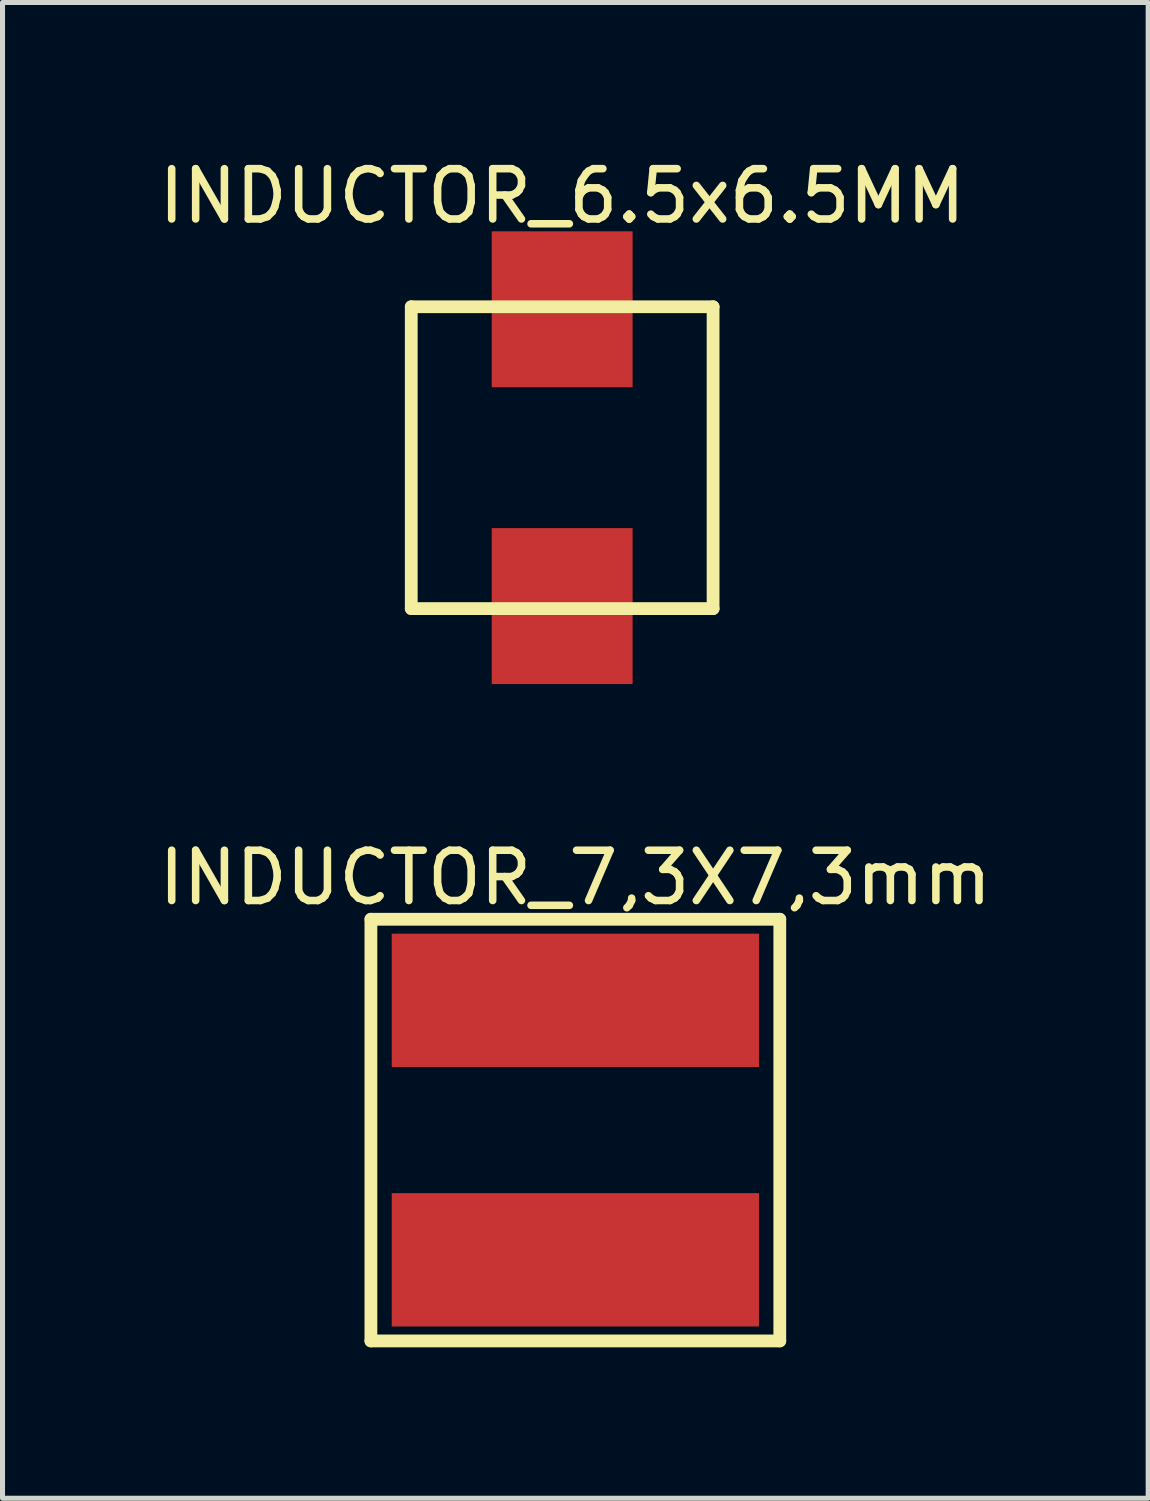
<source format=kicad_pcb>
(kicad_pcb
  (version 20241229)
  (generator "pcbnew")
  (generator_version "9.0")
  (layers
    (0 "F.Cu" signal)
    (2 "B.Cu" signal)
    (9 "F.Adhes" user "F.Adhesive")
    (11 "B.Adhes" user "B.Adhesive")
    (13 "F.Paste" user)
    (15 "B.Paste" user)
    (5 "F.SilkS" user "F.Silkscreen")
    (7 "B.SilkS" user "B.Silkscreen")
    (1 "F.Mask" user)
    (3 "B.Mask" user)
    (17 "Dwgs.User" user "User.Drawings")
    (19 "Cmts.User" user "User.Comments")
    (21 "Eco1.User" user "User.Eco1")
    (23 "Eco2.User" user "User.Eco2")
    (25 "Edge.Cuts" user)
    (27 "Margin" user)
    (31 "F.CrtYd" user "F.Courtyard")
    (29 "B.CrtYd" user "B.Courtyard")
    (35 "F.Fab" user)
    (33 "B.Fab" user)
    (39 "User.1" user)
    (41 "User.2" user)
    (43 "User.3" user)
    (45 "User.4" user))
  (footprint "INDUCTOR_6.5x6.5MM"
    (layer "F.Cu")
    (at 8.125 6.048)
    (property "Reference" "INDUCTOR_6.5x6.5MM" (at 0 -5.2 0) (layer "F.SilkS") (effects (font (size 1 1) (thickness 0.15))))
    (fp_line (start -3 -3) (end 3 -3) (stroke (width 0.254) (type solid)) (layer "F.SilkS"))
    (fp_line (start -3 3) (end -3 -3) (stroke (width 0.254) (type solid)) (layer "F.SilkS"))
    (fp_line (start -3 3) (end 3 3) (stroke (width 0.254) (type solid)) (layer "F.SilkS"))
    (fp_line (start 3 3) (end 3 -3) (stroke (width 0.254) (type solid)) (layer "F.SilkS"))
    (pad "1" smd rect (at 0 2.95 270) (size 3.1 2.8) (layers "F.Cu" "F.Mask" "F.Paste"))
    (pad "2" smd rect (at 0 -2.95 270) (size 3.1 2.8) (layers "F.Cu" "F.Mask" "F.Paste")))
  (footprint "INDUCTOR_7,3X7,3mm"
    (layer "F.Cu")
    (at 8.387 19.16)
    (property "Reference" "INDUCTOR_7,3X7,3mm" (at 0 -4.764 0) (layer "F.SilkS") (effects (font (size 1 1) (thickness 0.15))))
    (fp_line (start -4.064 -3.937) (end 4.064 -3.937) (stroke (width 0.254) (type solid)) (layer "F.SilkS"))
    (fp_line (start -4.064 4.445) (end -4.064 -3.937) (stroke (width 0.254) (type solid)) (layer "F.SilkS"))
    (fp_line (start -4.064 4.445) (end 4.064 4.445) (stroke (width 0.254) (type solid)) (layer "F.SilkS"))
    (fp_line (start 4.064 4.445) (end 4.064 -3.937) (stroke (width 0.254) (type solid)) (layer "F.SilkS"))
    (pad "1" smd rect (at 0 -2.325 270) (size 2.65 7.3) (layers "F.Cu" "F.Mask" "F.Paste"))
    (pad "2" smd rect (at 0 2.833 270) (size 2.65 7.3) (layers "F.Cu" "F.Mask" "F.Paste")))
  (gr_rect
    (start -3 -3)
    (end 19.774 26.733)
    (stroke (width 0.1) (type default))
    (fill no)
    (layer "Edge.Cuts")))
</source>
